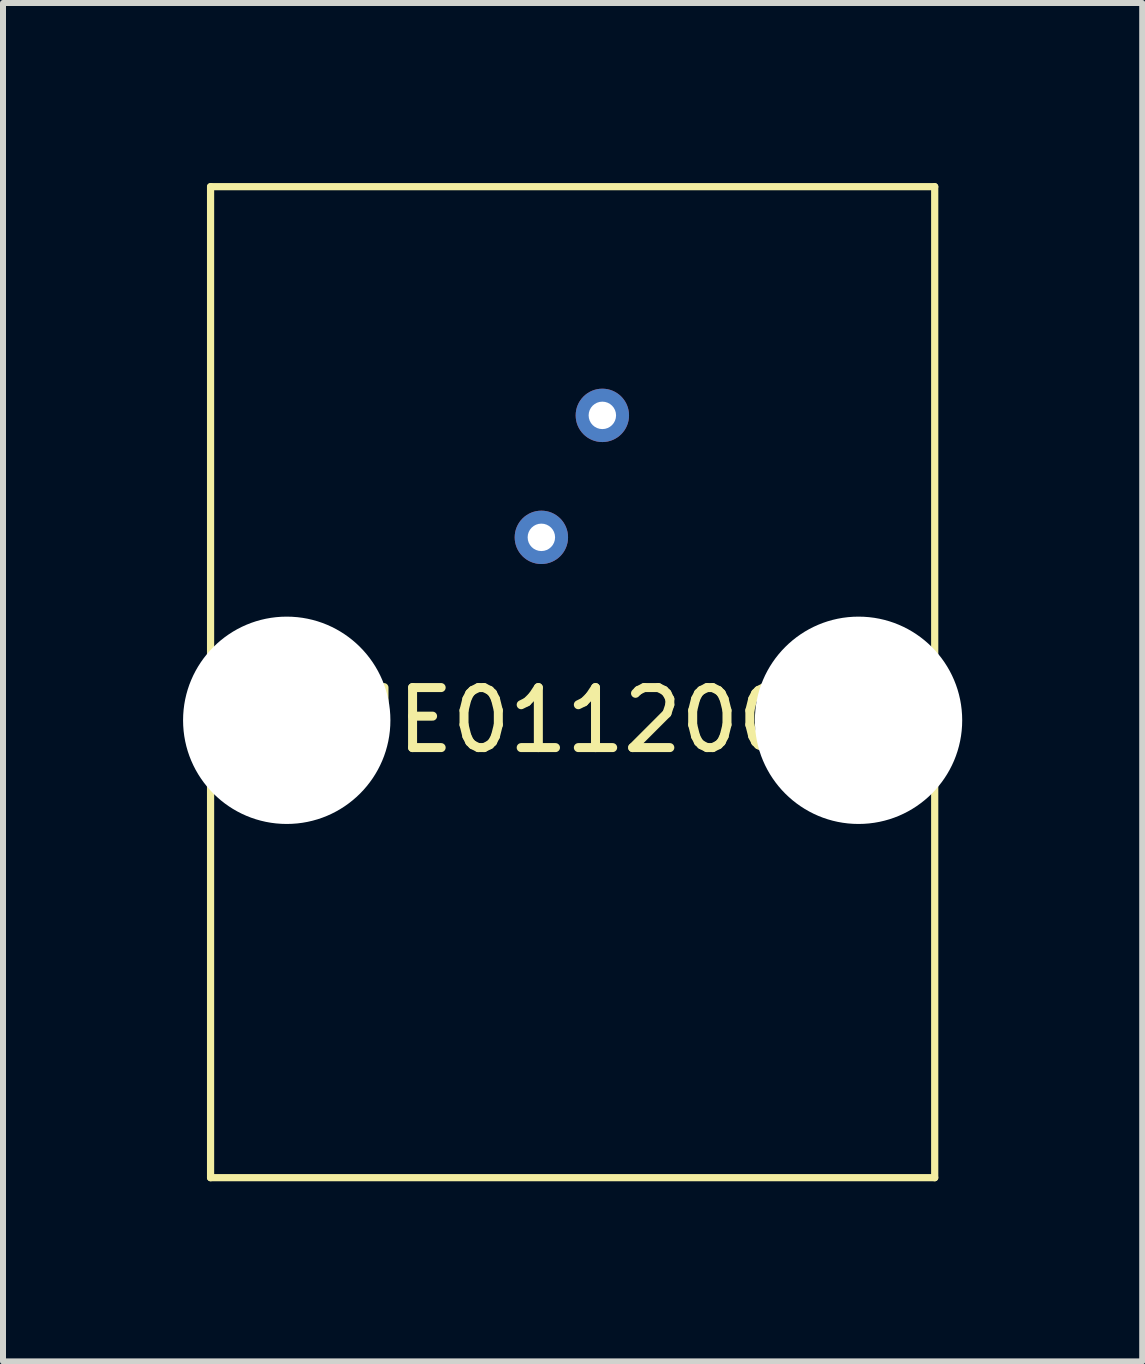
<source format=kicad_pcb>
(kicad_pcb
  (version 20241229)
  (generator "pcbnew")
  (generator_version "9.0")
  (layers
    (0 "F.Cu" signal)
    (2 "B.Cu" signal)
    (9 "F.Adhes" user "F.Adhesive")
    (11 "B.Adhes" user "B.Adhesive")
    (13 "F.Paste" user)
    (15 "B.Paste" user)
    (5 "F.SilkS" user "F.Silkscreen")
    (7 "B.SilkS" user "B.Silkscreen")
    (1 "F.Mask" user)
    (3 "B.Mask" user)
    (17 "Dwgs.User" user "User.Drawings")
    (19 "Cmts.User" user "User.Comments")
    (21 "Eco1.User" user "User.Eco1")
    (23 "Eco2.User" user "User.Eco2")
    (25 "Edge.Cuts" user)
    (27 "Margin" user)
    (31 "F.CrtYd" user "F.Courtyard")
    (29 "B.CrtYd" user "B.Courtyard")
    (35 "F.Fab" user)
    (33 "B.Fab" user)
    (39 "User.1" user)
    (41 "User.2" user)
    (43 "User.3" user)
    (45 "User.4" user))
  (footprint "RJE0112001"
    (layer "F.Cu")
    (at 6.49 8.95)
    (property "Reference" "RJE0112001" (at 0 0 0) (layer "F.SilkS") (effects (font (size 1 1) (thickness 0.15))))
    (attr through_hole)
    (fp_line (start -6.032 -8.89) (end 6.032 -8.89) (stroke (width 0.12) (type solid)) (layer "F.SilkS"))
    (fp_line (start -6.032 7.62) (end -6.032 -8.89) (stroke (width 0.12) (type solid)) (layer "F.SilkS"))
    (fp_line (start -6.032 7.62) (end 6.032 7.62) (stroke (width 0.12) (type solid)) (layer "F.SilkS"))
    (fp_line (start 6.032 -8.89) (end 6.032 7.62) (stroke (width 0.12) (type solid)) (layer "F.SilkS"))
    (pad "" np_thru_hole circle (at -4.763 0) (size 3.454 3.454) (drill 3.454) (layers "*.Cu" "*.Mask"))
    (pad "" np_thru_hole circle (at 4.763 0) (size 3.454 3.454) (drill 3.454) (layers "*.Cu" "*.Mask"))
    (pad "1" thru_hole circle (at 0.495 -5.08) (size 0.889 0.889) (drill 0.457) (layers "*.Cu" "*.Mask"))
    (pad "2" thru_hole circle (at -0.521 -3.048) (size 0.889 0.889) (drill 0.457) (layers "*.Cu" "*.Mask")))
  (gr_rect
    (start -3 -3)
    (end 15.979 19.63)
    (stroke (width 0.1) (type default))
    (fill no)
    (layer "Edge.Cuts")))
</source>
